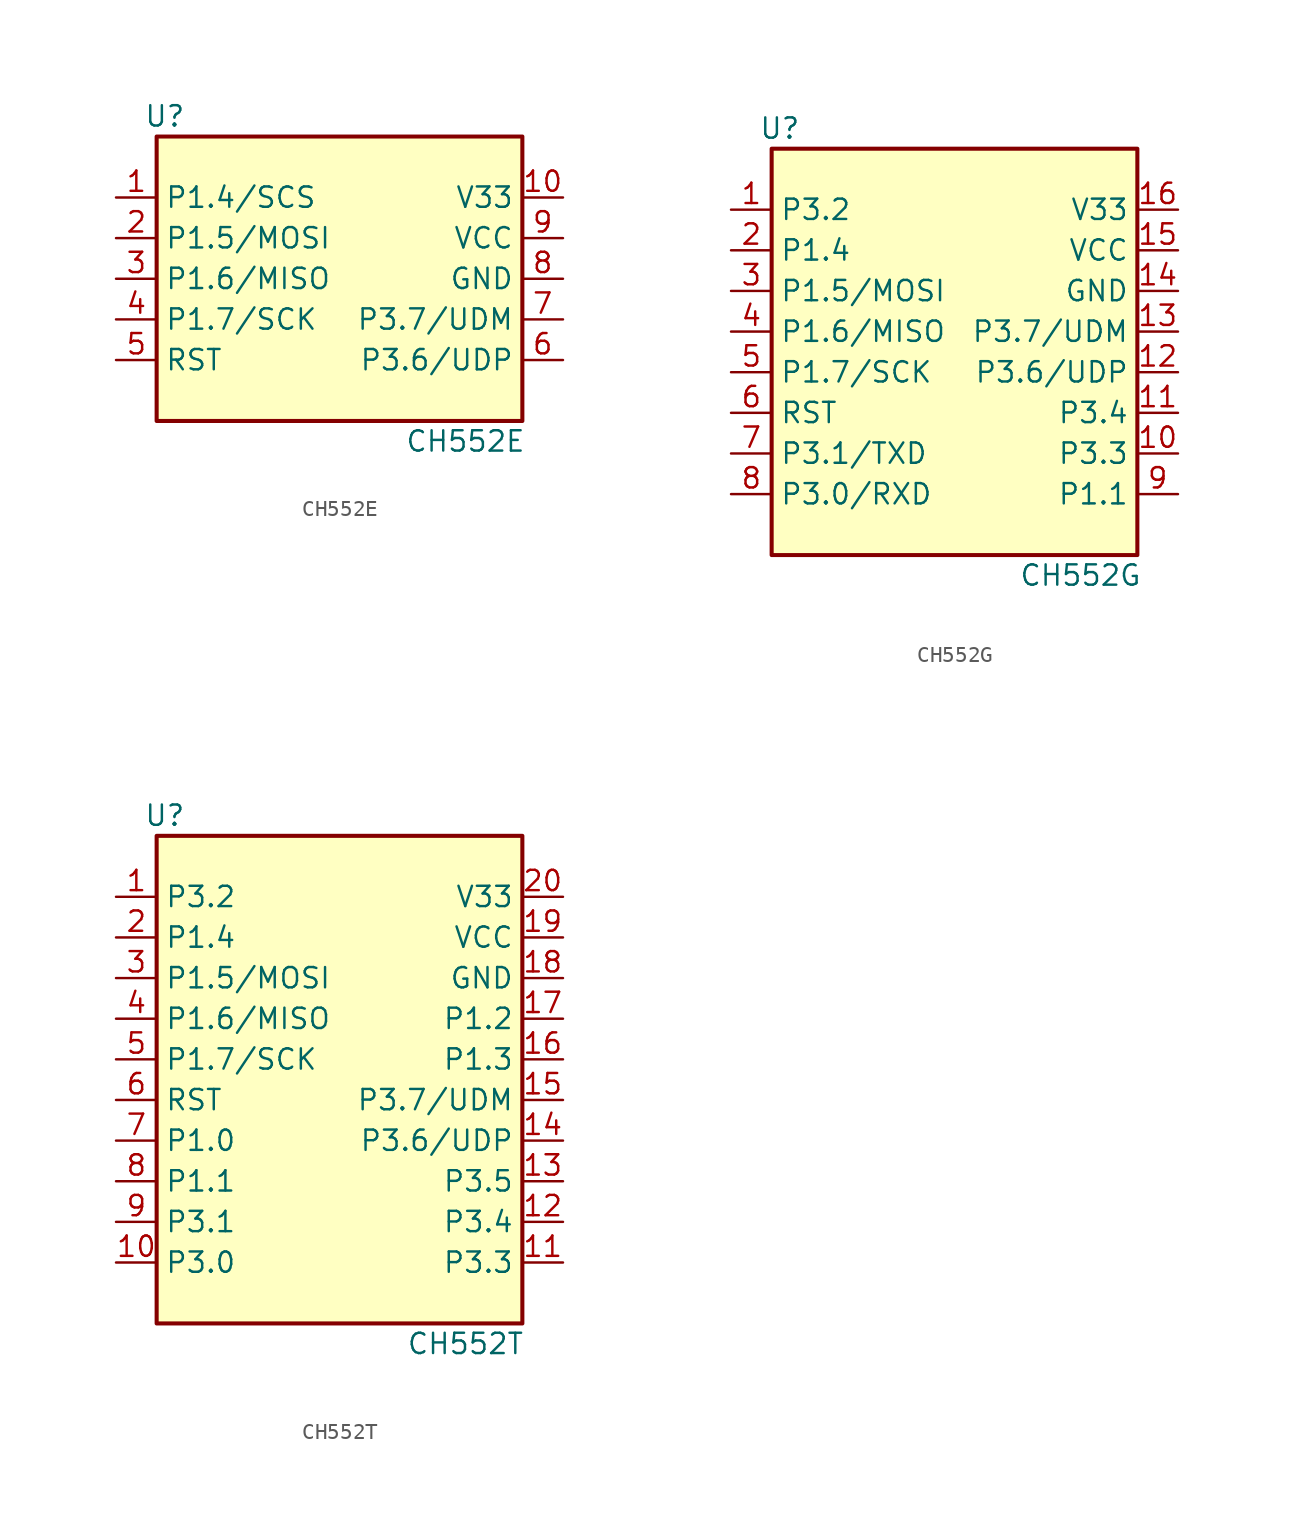
<source format=kicad_sym>
(kicad_symbol_lib
  (version 20231120)
  (generator "kicad_symbol_editor")
  (generator_version "8.0")
  (symbol "CH552E"
    (property "Reference" "U"
      (at -10.922 10.16 0)
      (effects (font (size 1.27 1.27))))
    (property "Value" "CH552E"
      (at 7.874 -10.16 0)
      (effects (font (size 1.27 1.27))))
    (symbol "CH552E_0_1"
      (rectangle (start -11.43 8.89) (end 11.43 -8.89) (stroke (width 0.254) (type default)) (fill (type background))))
    (symbol "CH552E_1_1"
      (pin bidirectional line (at -13.97 5.08 0) (length 2.54) (name "P1.4/SCS" (effects (font (size 1.27 1.27)))) (number "1" (effects (font (size 1.27 1.27)))))
      (pin power_in line (at 13.97 5.08 180) (length 2.54) (name "V33" (effects (font (size 1.27 1.27)))) (number "10" (effects (font (size 1.27 1.27)))))
      (pin bidirectional line (at -13.97 2.54 0) (length 2.54) (name "P1.5/MOSI" (effects (font (size 1.27 1.27)))) (number "2" (effects (font (size 1.27 1.27)))))
      (pin bidirectional line (at -13.97 0 0) (length 2.54) (name "P1.6/MISO" (effects (font (size 1.27 1.27)))) (number "3" (effects (font (size 1.27 1.27)))))
      (pin bidirectional line (at -13.97 -2.54 0) (length 2.54) (name "P1.7/SCK" (effects (font (size 1.27 1.27)))) (number "4" (effects (font (size 1.27 1.27)))))
      (pin bidirectional line (at -13.97 -5.08 0) (length 2.54) (name "RST" (effects (font (size 1.27 1.27)))) (number "5" (effects (font (size 1.27 1.27)))))
      (pin bidirectional line (at 13.97 -5.08 180) (length 2.54) (name "P3.6/UDP" (effects (font (size 1.27 1.27)))) (number "6" (effects (font (size 1.27 1.27)))))
      (pin bidirectional line (at 13.97 -2.54 180) (length 2.54) (name "P3.7/UDM" (effects (font (size 1.27 1.27)))) (number "7" (effects (font (size 1.27 1.27)))))
      (pin power_in line (at 13.97 0 180) (length 2.54) (name "GND" (effects (font (size 1.27 1.27)))) (number "8" (effects (font (size 1.27 1.27)))))
      (pin power_in line (at 13.97 2.54 180) (length 2.54) (name "VCC" (effects (font (size 1.27 1.27)))) (number "9" (effects (font (size 1.27 1.27)))))))
  (symbol "CH552G"
    (property "Reference" "U"
      (at -10.922 13.97 0)
      (effects (font (size 1.27 1.27))))
    (property "Value" "CH552G"
      (at 7.874 -13.97 0)
      (effects (font (size 1.27 1.27))))
    (symbol "CH552G_0_1"
      (rectangle (start -11.43 12.7) (end 11.43 -12.7) (stroke (width 0.254) (type default)) (fill (type background))))
    (symbol "CH552G_1_1"
      (pin bidirectional line (at -13.97 8.89 0) (length 2.54) (name "P3.2" (effects (font (size 1.27 1.27)))) (number "1" (effects (font (size 1.27 1.27)))))
      (pin bidirectional line (at 13.97 -6.35 180) (length 2.54) (name "P3.3" (effects (font (size 1.27 1.27)))) (number "10" (effects (font (size 1.27 1.27)))))
      (pin bidirectional line (at 13.97 -3.81 180) (length 2.54) (name "P3.4" (effects (font (size 1.27 1.27)))) (number "11" (effects (font (size 1.27 1.27)))))
      (pin bidirectional line (at 13.97 -1.27 180) (length 2.54) (name "P3.6/UDP" (effects (font (size 1.27 1.27)))) (number "12" (effects (font (size 1.27 1.27)))))
      (pin bidirectional line (at 13.97 1.27 180) (length 2.54) (name "P3.7/UDM" (effects (font (size 1.27 1.27)))) (number "13" (effects (font (size 1.27 1.27)))))
      (pin power_in line (at 13.97 3.81 180) (length 2.54) (name "GND" (effects (font (size 1.27 1.27)))) (number "14" (effects (font (size 1.27 1.27)))))
      (pin power_in line (at 13.97 6.35 180) (length 2.54) (name "VCC" (effects (font (size 1.27 1.27)))) (number "15" (effects (font (size 1.27 1.27)))))
      (pin input line (at 13.97 8.89 180) (length 2.54) (name "V33" (effects (font (size 1.27 1.27)))) (number "16" (effects (font (size 1.27 1.27)))))
      (pin bidirectional line (at -13.97 6.35 0) (length 2.54) (name "P1.4" (effects (font (size 1.27 1.27)))) (number "2" (effects (font (size 1.27 1.27)))))
      (pin bidirectional line (at -13.97 3.81 0) (length 2.54) (name "P1.5/MOSI" (effects (font (size 1.27 1.27)))) (number "3" (effects (font (size 1.27 1.27)))))
      (pin bidirectional line (at -13.97 1.27 0) (length 2.54) (name "P1.6/MISO" (effects (font (size 1.27 1.27)))) (number "4" (effects (font (size 1.27 1.27)))))
      (pin bidirectional line (at -13.97 -1.27 0) (length 2.54) (name "P1.7/SCK" (effects (font (size 1.27 1.27)))) (number "5" (effects (font (size 1.27 1.27)))))
      (pin bidirectional line (at -13.97 -3.81 0) (length 2.54) (name "RST" (effects (font (size 1.27 1.27)))) (number "6" (effects (font (size 1.27 1.27)))))
      (pin bidirectional line (at -13.97 -6.35 0) (length 2.54) (name "P3.1/TXD" (effects (font (size 1.27 1.27)))) (number "7" (effects (font (size 1.27 1.27)))))
      (pin bidirectional line (at -13.97 -8.89 0) (length 2.54) (name "P3.0/RXD" (effects (font (size 1.27 1.27)))) (number "8" (effects (font (size 1.27 1.27)))))
      (pin bidirectional line (at 13.97 -8.89 180) (length 2.54) (name "P1.1" (effects (font (size 1.27 1.27)))) (number "9" (effects (font (size 1.27 1.27)))))))
  (symbol "CH552T"
    (property "Reference" "U"
      (at -10.922 15.24 0)
      (effects (font (size 1.27 1.27))))
    (property "Value" "CH552T"
      (at 7.874 -17.78 0)
      (effects (font (size 1.27 1.27))))
    (symbol "CH552T_0_1"
      (rectangle (start -11.43 13.97) (end 11.43 -16.51) (stroke (width 0.254) (type default)) (fill (type background))))
    (symbol "CH552T_1_1"
      (pin bidirectional line (at -13.97 10.16 0) (length 2.54) (name "P3.2" (effects (font (size 1.27 1.27)))) (number "1" (effects (font (size 1.27 1.27)))))
      (pin bidirectional line (at -13.97 -12.7 0) (length 2.54) (name "P3.0" (effects (font (size 1.27 1.27)))) (number "10" (effects (font (size 1.27 1.27)))))
      (pin bidirectional line (at 13.97 -12.7 180) (length 2.54) (name "P3.3" (effects (font (size 1.27 1.27)))) (number "11" (effects (font (size 1.27 1.27)))))
      (pin bidirectional line (at 13.97 -10.16 180) (length 2.54) (name "P3.4" (effects (font (size 1.27 1.27)))) (number "12" (effects (font (size 1.27 1.27)))))
      (pin bidirectional line (at 13.97 -7.62 180) (length 2.54) (name "P3.5" (effects (font (size 1.27 1.27)))) (number "13" (effects (font (size 1.27 1.27)))))
      (pin bidirectional line (at 13.97 -5.08 180) (length 2.54) (name "P3.6/UDP" (effects (font (size 1.27 1.27)))) (number "14" (effects (font (size 1.27 1.27)))))
      (pin bidirectional line (at 13.97 -2.54 180) (length 2.54) (name "P3.7/UDM" (effects (font (size 1.27 1.27)))) (number "15" (effects (font (size 1.27 1.27)))))
      (pin bidirectional line (at 13.97 0 180) (length 2.54) (name "P1.3" (effects (font (size 1.27 1.27)))) (number "16" (effects (font (size 1.27 1.27)))))
      (pin bidirectional line (at 13.97 2.54 180) (length 2.54) (name "P1.2" (effects (font (size 1.27 1.27)))) (number "17" (effects (font (size 1.27 1.27)))))
      (pin power_in line (at 13.97 5.08 180) (length 2.54) (name "GND" (effects (font (size 1.27 1.27)))) (number "18" (effects (font (size 1.27 1.27)))))
      (pin power_in line (at 13.97 7.62 180) (length 2.54) (name "VCC" (effects (font (size 1.27 1.27)))) (number "19" (effects (font (size 1.27 1.27)))))
      (pin bidirectional line (at -13.97 7.62 0) (length 2.54) (name "P1.4" (effects (font (size 1.27 1.27)))) (number "2" (effects (font (size 1.27 1.27)))))
      (pin input line (at 13.97 10.16 180) (length 2.54) (name "V33" (effects (font (size 1.27 1.27)))) (number "20" (effects (font (size 1.27 1.27)))))
      (pin bidirectional line (at -13.97 5.08 0) (length 2.54) (name "P1.5/MOSI" (effects (font (size 1.27 1.27)))) (number "3" (effects (font (size 1.27 1.27)))))
      (pin bidirectional line (at -13.97 2.54 0) (length 2.54) (name "P1.6/MISO" (effects (font (size 1.27 1.27)))) (number "4" (effects (font (size 1.27 1.27)))))
      (pin bidirectional line (at -13.97 0 0) (length 2.54) (name "P1.7/SCK" (effects (font (size 1.27 1.27)))) (number "5" (effects (font (size 1.27 1.27)))))
      (pin bidirectional line (at -13.97 -2.54 0) (length 2.54) (name "RST" (effects (font (size 1.27 1.27)))) (number "6" (effects (font (size 1.27 1.27)))))
      (pin bidirectional line (at -13.97 -5.08 0) (length 2.54) (name "P1.0" (effects (font (size 1.27 1.27)))) (number "7" (effects (font (size 1.27 1.27)))))
      (pin bidirectional line (at -13.97 -7.62 0) (length 2.54) (name "P1.1" (effects (font (size 1.27 1.27)))) (number "8" (effects (font (size 1.27 1.27)))))
      (pin bidirectional line (at -13.97 -10.16 0) (length 2.54) (name "P3.1" (effects (font (size 1.27 1.27)))) (number "9" (effects (font (size 1.27 1.27))))))))
</source>
